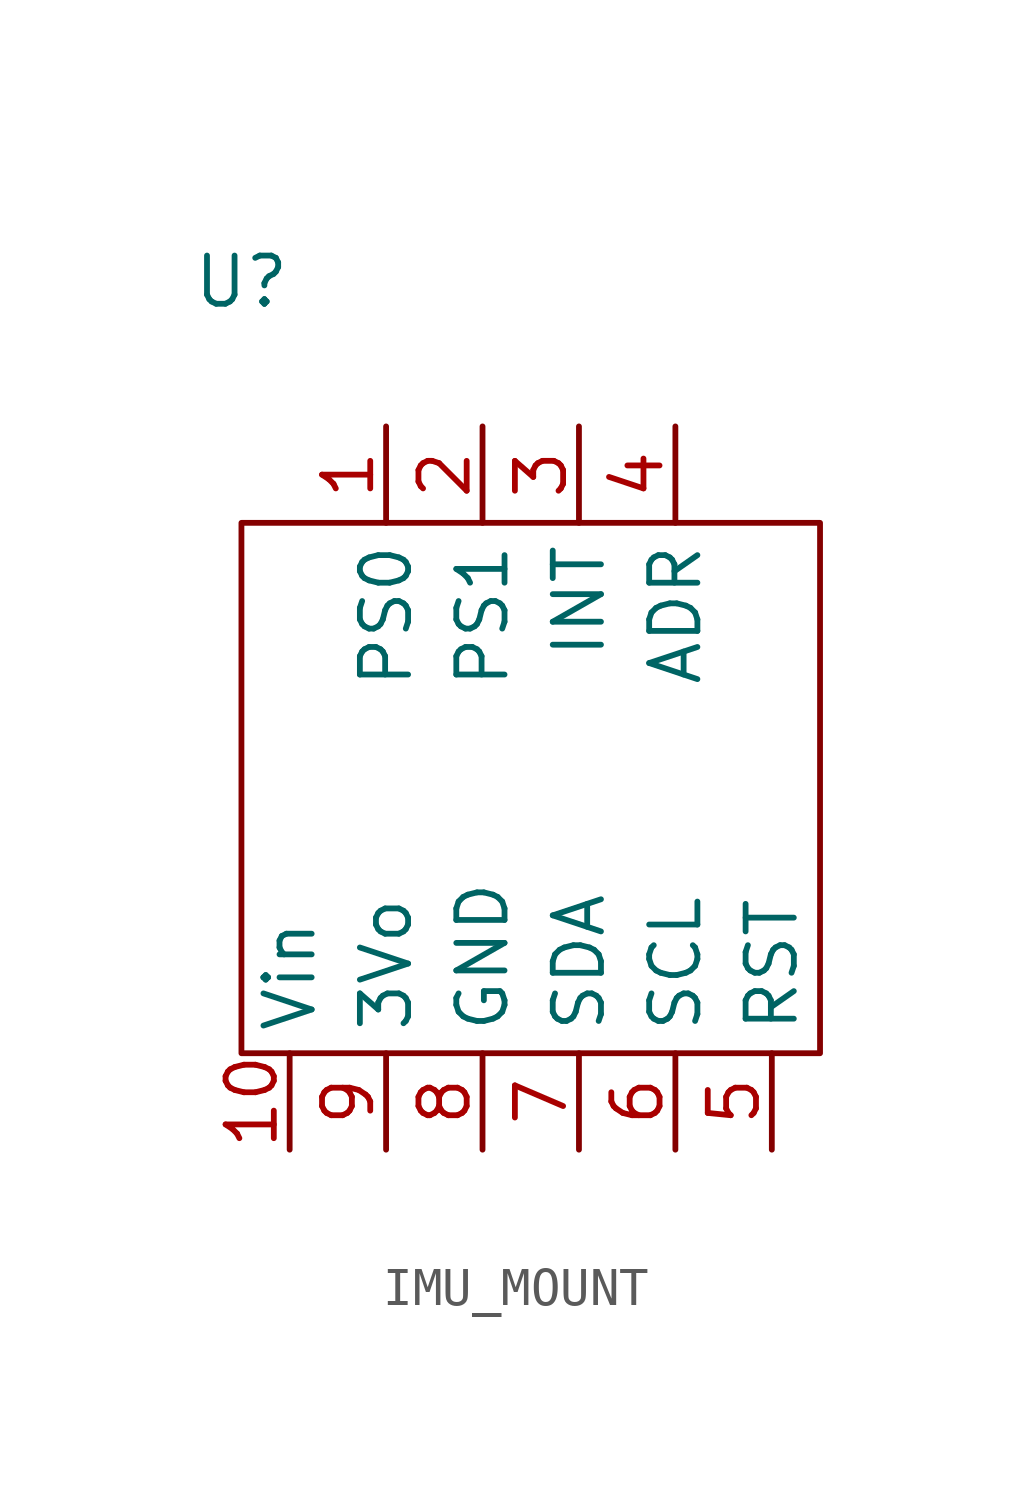
<source format=kicad_sym>
(kicad_symbol_lib
  (version 20220914)
  (generator kicad_symbol_editor)
  (symbol "IMU_MOUNT"
    (property "Reference" "U"
      (at 3.81 -2.54 0)
      (effects (font (size 1.27 1.27))))
    (property "Value" ""
      (at 3.81 -2.54 0)
      (effects (font (size 1.27 1.27))))
    (symbol "IMU_MOUNT_0_1"
      (rectangle (start 3.81 -8.89) (end 19.05 -22.86) (stroke (width 0) (type default)) (fill (type none))))
    (symbol "IMU_MOUNT_1_1"
      (pin input line (at 7.62 -6.35 270) (length 2.54) (name "PS0" (effects (font (size 1.27 1.27)))) (number "1" (effects (font (size 1.27 1.27)))))
      (pin input line (at 5.08 -25.4 90) (length 2.54) (name "Vin" (effects (font (size 1.27 1.27)))) (number "10" (effects (font (size 1.27 1.27)))))
      (pin input line (at 10.16 -6.35 270) (length 2.54) (name "PS1" (effects (font (size 1.27 1.27)))) (number "2" (effects (font (size 1.27 1.27)))))
      (pin input line (at 12.7 -6.35 270) (length 2.54) (name "INT" (effects (font (size 1.27 1.27)))) (number "3" (effects (font (size 1.27 1.27)))))
      (pin input line (at 15.24 -6.35 270) (length 2.54) (name "ADR" (effects (font (size 1.27 1.27)))) (number "4" (effects (font (size 1.27 1.27)))))
      (pin input line (at 17.78 -25.4 90) (length 2.54) (name "RST" (effects (font (size 1.27 1.27)))) (number "5" (effects (font (size 1.27 1.27)))))
      (pin input line (at 15.24 -25.4 90) (length 2.54) (name "SCL" (effects (font (size 1.27 1.27)))) (number "6" (effects (font (size 1.27 1.27)))))
      (pin input line (at 12.7 -25.4 90) (length 2.54) (name "SDA" (effects (font (size 1.27 1.27)))) (number "7" (effects (font (size 1.27 1.27)))))
      (pin input line (at 10.16 -25.4 90) (length 2.54) (name "GND" (effects (font (size 1.27 1.27)))) (number "8" (effects (font (size 1.27 1.27)))))
      (pin input line (at 7.62 -25.4 90) (length 2.54) (name "3Vo" (effects (font (size 1.27 1.27)))) (number "9" (effects (font (size 1.27 1.27))))))))
</source>
